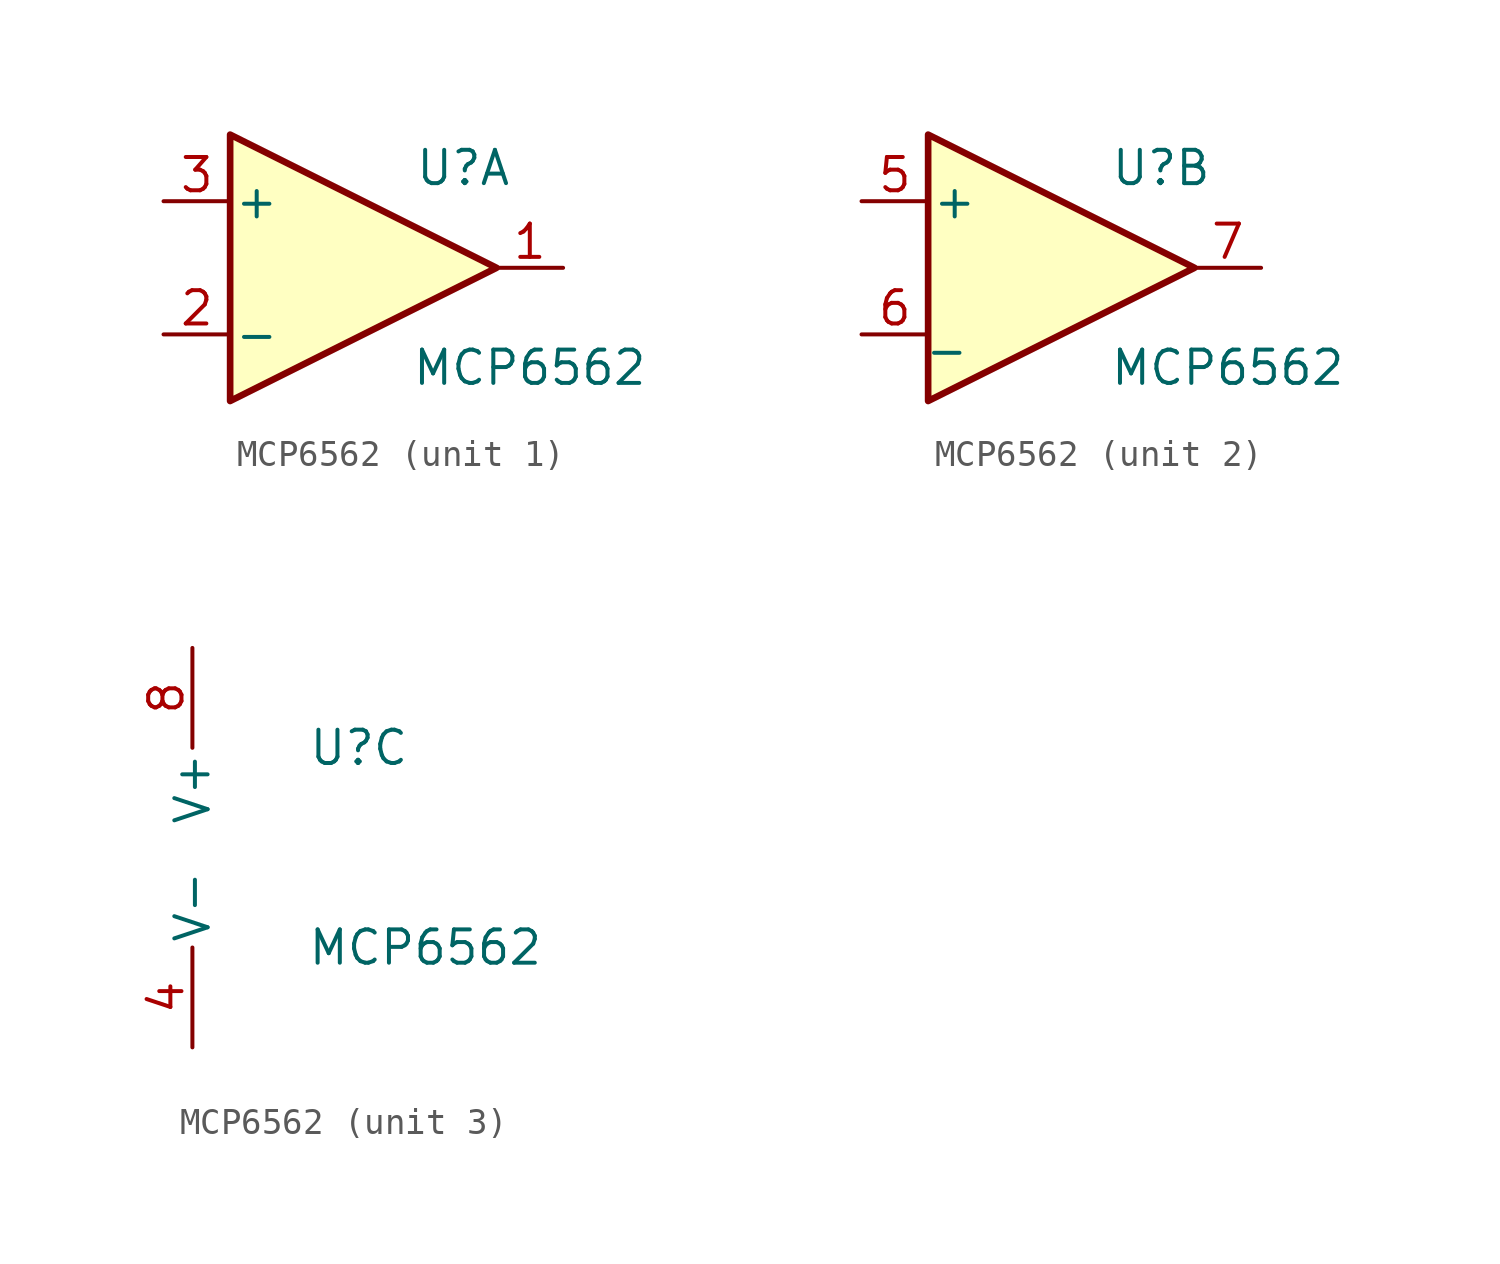
<source format=kicad_sym>
(kicad_symbol_lib
  (version 20211014)
  (generator kicad_symbol_editor)
  (symbol "MCP6562"
    (pin_names
      (offset 0.127))
    (property "Reference" "U"
      (at 3.81 3.81 0)
      (effects (font (size 1.27 1.27))))
    (property "Value" "MCP6562"
      (at 6.35 -3.81 0)
      (effects (font (size 1.27 1.27))))
    (property "ki_locked" ""
      (at 0 0 0)
      (effects (font (size 1.27 1.27))))
    (symbol "MCP6562_1_1"
      (polyline (pts (xy -5.08 5.08) (xy 5.08 0) (xy -5.08 -5.08) (xy -5.08 5.08)) (stroke (width 0.254) (type default) (color 0 0 0 0)) (fill (type background)))
      (pin output line (at 7.62 0 180) (length 2.54) (name "~" (effects (font (size 1.27 1.27)))) (number "1" (effects (font (size 1.27 1.27)))))
      (pin input line (at -7.62 -2.54 0) (length 2.54) (name "-" (effects (font (size 1.27 1.27)))) (number "2" (effects (font (size 1.27 1.27)))))
      (pin input line (at -7.62 2.54 0) (length 2.54) (name "+" (effects (font (size 1.27 1.27)))) (number "3" (effects (font (size 1.27 1.27))))))
    (symbol "MCP6562_2_1"
      (polyline (pts (xy -5.08 5.08) (xy 5.08 0) (xy -5.08 -5.08) (xy -5.08 5.08)) (stroke (width 0.254) (type default) (color 0 0 0 0)) (fill (type background)))
      (pin input line (at -7.62 2.54 0) (length 2.54) (name "+" (effects (font (size 1.27 1.27)))) (number "5" (effects (font (size 1.27 1.27)))))
      (pin input line (at -7.62 -2.54 0) (length 2.54) (name "_" (effects (font (size 1.27 1.27)))) (number "6" (effects (font (size 1.27 1.27)))))
      (pin output line (at 7.62 0 180) (length 2.54) (name "~" (effects (font (size 1.27 1.27)))) (number "7" (effects (font (size 1.27 1.27))))))
    (symbol "MCP6562_3_1"
      (pin power_in line (at -2.54 -7.62 90) (length 3.81) (name "V-" (effects (font (size 1.27 1.27)))) (number "4" (effects (font (size 1.27 1.27)))))
      (pin power_in line (at -2.54 7.62 270) (length 3.81) (name "V+" (effects (font (size 1.27 1.27)))) (number "8" (effects (font (size 1.27 1.27))))))))
</source>
